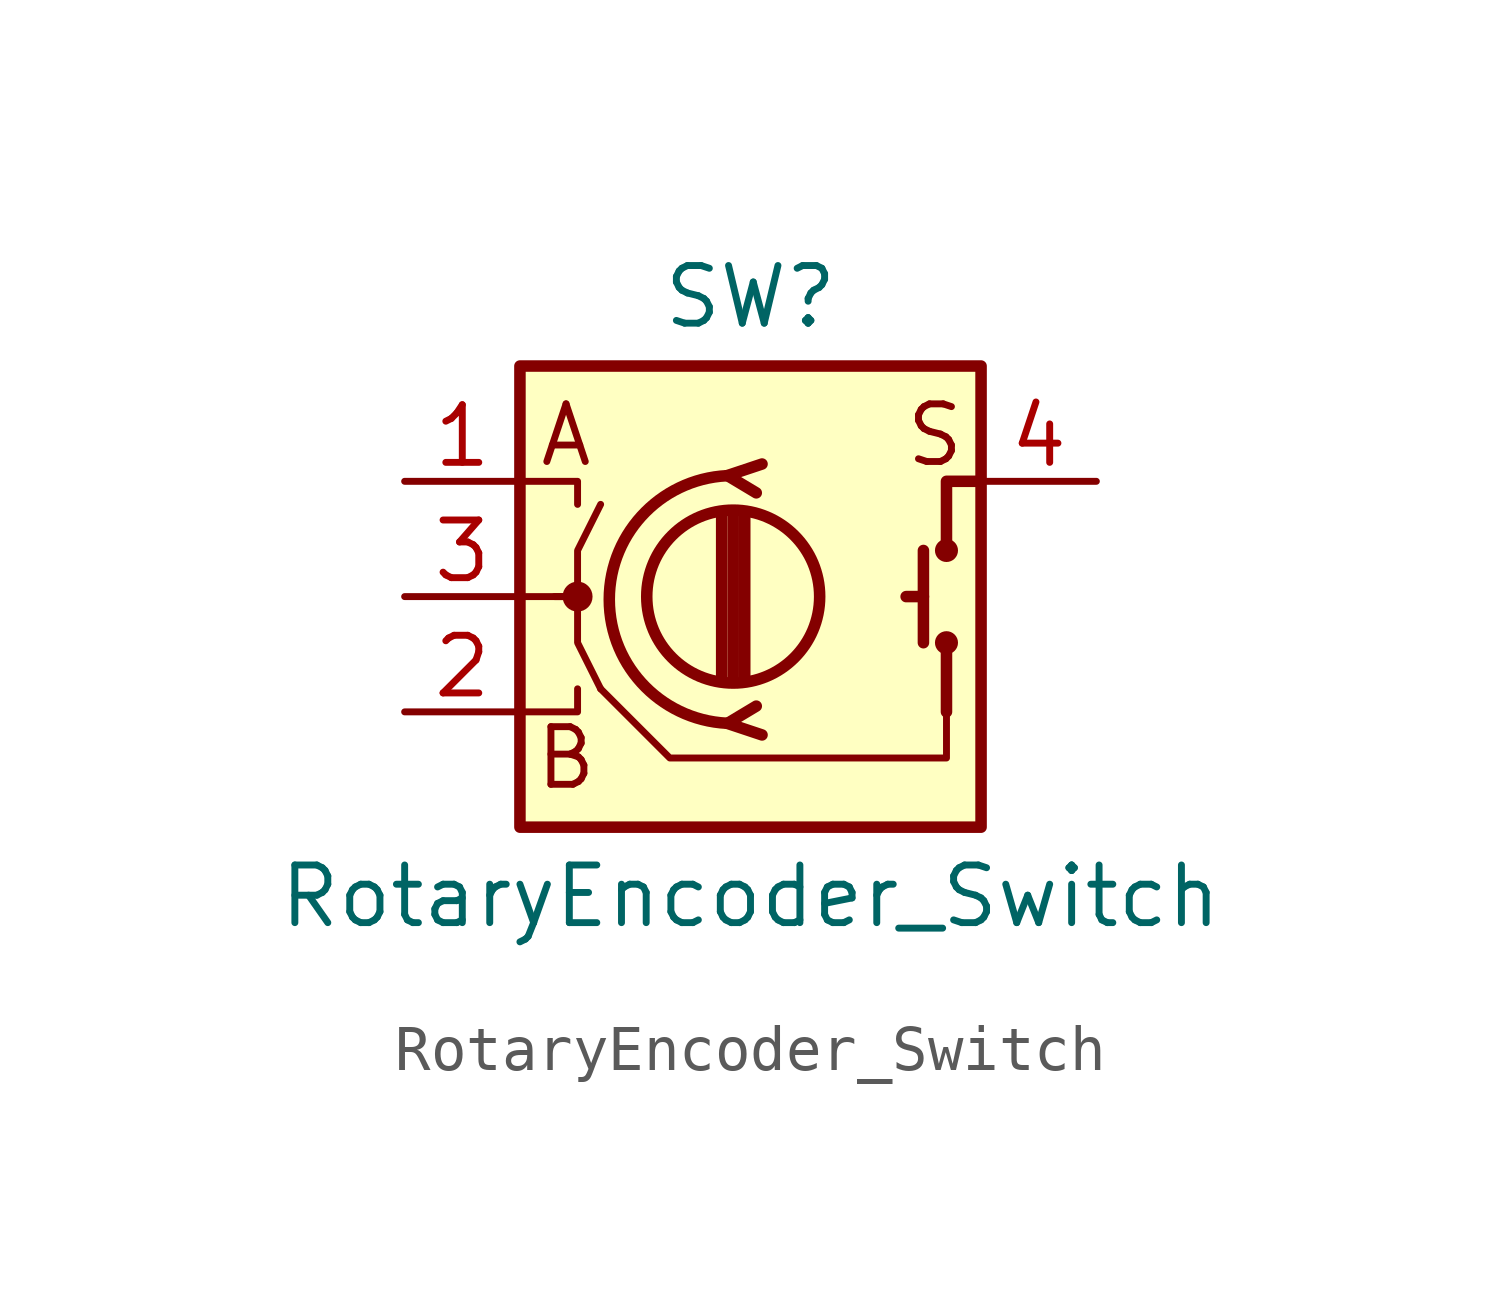
<source format=kicad_sym>
(kicad_symbol_lib
  (version 20231120)
  (generator "kicad_symbol_editor")
  (generator_version "8.0")
  (symbol "RotaryEncoder_Switch"
    (pin_names
      (offset 0.254) hide)
    (property "Reference" "SW"
      (at 0 6.604 0)
      (effects (font (size 1.27 1.27))))
    (property "Value" "RotaryEncoder_Switch"
      (at 0 -6.604 0)
      (effects (font (size 1.27 1.27))))
    (symbol "RotaryEncoder_Switch_0_1"
      (rectangle (start -5.08 5.08) (end 5.08 -5.08) (stroke (width 0.254) (type default)) (fill (type background)))
      (circle (center -3.81 0) (radius 0.254) (stroke (width 0) (type default)) (fill (type outline)))
      (circle (center -0.381 0) (radius 1.905) (stroke (width 0.254) (type default)) (fill (type none)))
      (arc (start -0.381 2.667) (mid -3.0988 -0.0635) (end -0.381 -2.794) (stroke (width 0.254) (type default)) (fill (type none)))
      (polyline (pts (xy -0.635 -1.778) (xy -0.635 1.778)) (stroke (width 0.254) (type default)) (fill (type none)))
      (polyline (pts (xy -0.381 -1.778) (xy -0.381 1.778)) (stroke (width 0.254) (type default)) (fill (type none)))
      (polyline (pts (xy -0.127 1.778) (xy -0.127 -1.778)) (stroke (width 0.254) (type default)) (fill (type none)))
      (polyline (pts (xy 3.81 0) (xy 3.429 0)) (stroke (width 0.254) (type default)) (fill (type none)))
      (polyline (pts (xy 3.81 1.016) (xy 3.81 -1.016)) (stroke (width 0.254) (type default)) (fill (type none)))
      (polyline (pts (xy -5.08 -2.54) (xy -3.81 -2.54) (xy -3.81 -2.032)) (stroke (width 0) (type default)) (fill (type none)))
      (polyline (pts (xy -5.08 2.54) (xy -3.81 2.54) (xy -3.81 2.032)) (stroke (width 0) (type default)) (fill (type none)))
      (polyline (pts (xy 0.254 -3.048) (xy -0.508 -2.794) (xy 0.127 -2.413)) (stroke (width 0.254) (type default)) (fill (type none)))
      (polyline (pts (xy 0.254 2.921) (xy -0.508 2.667) (xy 0.127 2.286)) (stroke (width 0.254) (type default)) (fill (type none)))
      (polyline (pts (xy 4.318 -2.54) (xy 4.318 -2.54) (xy 4.318 -1.016)) (stroke (width 0.254) (type default)) (fill (type none)))
      (polyline (pts (xy 5.08 2.54) (xy 4.318 2.54) (xy 4.318 1.016)) (stroke (width 0.254) (type default)) (fill (type none)))
      (polyline (pts (xy -5.08 0) (xy -3.81 0) (xy -3.81 -1.016) (xy -3.302 -2.032)) (stroke (width 0) (type default)) (fill (type none)))
      (polyline (pts (xy -4.318 0) (xy -3.81 0) (xy -3.81 1.016) (xy -3.302 2.032)) (stroke (width 0) (type default)) (fill (type none)))
      (polyline (pts (xy -3.302 -2.032) (xy -1.778 -3.556) (xy 4.318 -3.556) (xy 4.318 -2.54)) (stroke (width 0) (type default)) (fill (type none)))
      (circle (center 4.318 -1.016) (radius 0.127) (stroke (width 0.254) (type default)) (fill (type none)))
      (circle (center 4.318 1.016) (radius 0.127) (stroke (width 0.254) (type default)) (fill (type none))))
    (symbol "RotaryEncoder_Switch_1_1"
      (text "A" (at -4.064 3.556 0) (effects (font (size 1.27 1.27))))
      (text "B" (at -4.064 -3.556 0) (effects (font (size 1.27 1.27))))
      (text "S" (at 4.064 3.556 0) (effects (font (size 1.27 1.27))))
      (pin passive line (at -7.62 2.54 0) (length 2.54) (name "A" (effects (font (size 1.27 1.27)))) (number "1" (effects (font (size 1.27 1.27)))))
      (pin passive line (at -7.62 -2.54 0) (length 2.54) (name "B" (effects (font (size 1.27 1.27)))) (number "2" (effects (font (size 1.27 1.27)))))
      (pin passive line (at -7.62 0 0) (length 2.54) (name "C" (effects (font (size 1.27 1.27)))) (number "3" (effects (font (size 1.27 1.27)))))
      (pin passive line (at 7.62 2.54 180) (length 2.54) (name "S" (effects (font (size 1.27 1.27)))) (number "4" (effects (font (size 1.27 1.27))))))))
</source>
